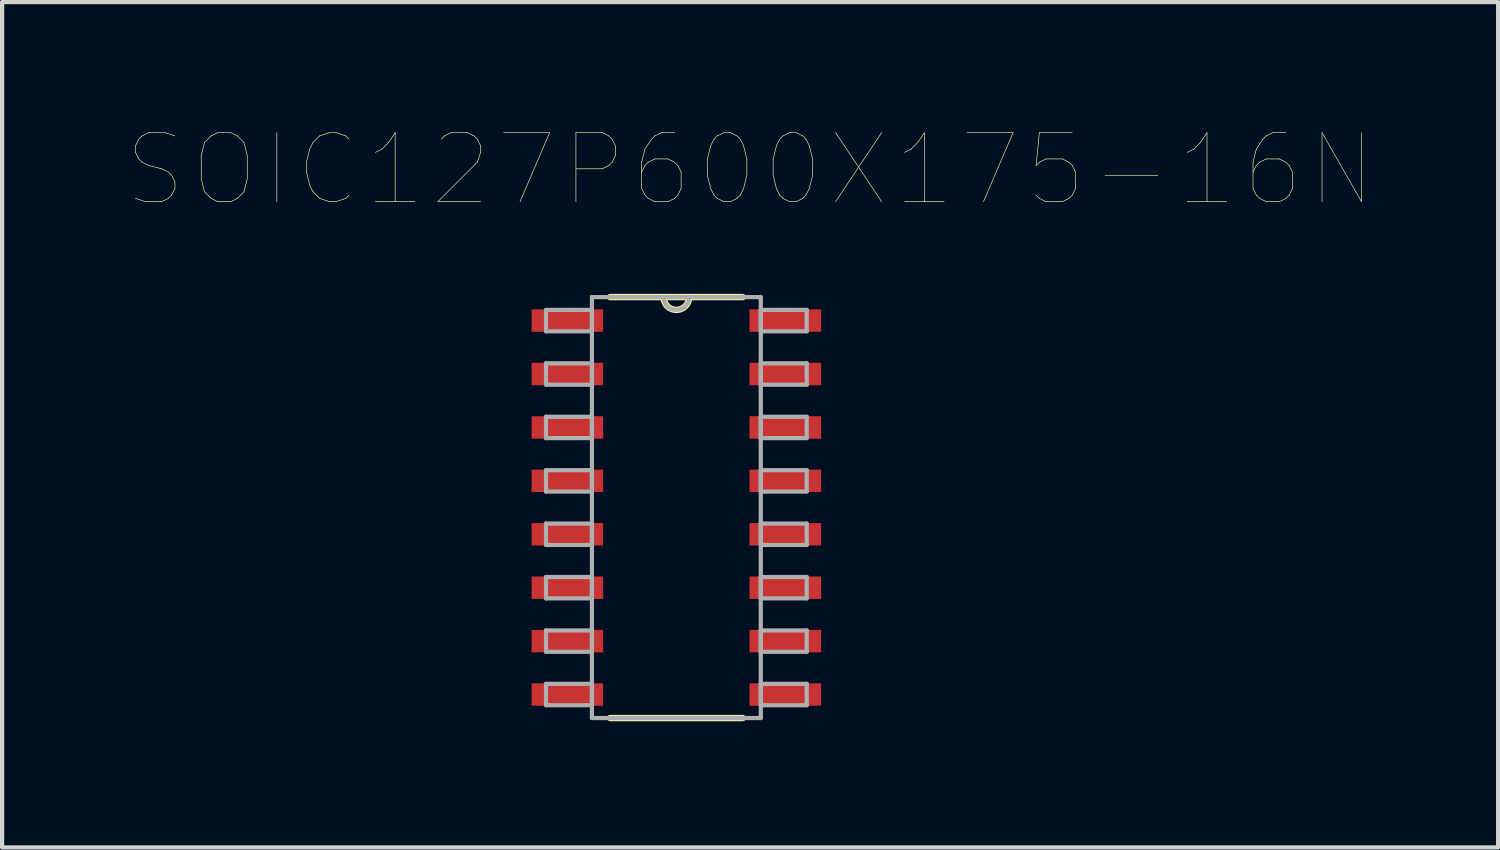
<source format=kicad_pcb>
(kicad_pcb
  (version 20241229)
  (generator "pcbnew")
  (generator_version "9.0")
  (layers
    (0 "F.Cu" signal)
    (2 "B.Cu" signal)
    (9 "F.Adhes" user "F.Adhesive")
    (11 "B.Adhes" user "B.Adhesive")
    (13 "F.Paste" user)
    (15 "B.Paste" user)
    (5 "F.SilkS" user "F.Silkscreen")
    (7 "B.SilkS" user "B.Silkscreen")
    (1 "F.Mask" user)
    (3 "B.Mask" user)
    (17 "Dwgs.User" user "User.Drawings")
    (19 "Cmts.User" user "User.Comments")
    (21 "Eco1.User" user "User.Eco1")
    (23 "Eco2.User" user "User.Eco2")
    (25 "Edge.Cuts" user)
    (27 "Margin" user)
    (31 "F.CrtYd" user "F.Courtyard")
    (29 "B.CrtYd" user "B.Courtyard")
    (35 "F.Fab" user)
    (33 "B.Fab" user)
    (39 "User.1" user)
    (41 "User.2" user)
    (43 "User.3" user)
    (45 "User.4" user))
  (footprint "SOIC127P600X175-16N"
    (layer "F.Cu")
    (at 13.03 9.017)
    (property "Reference" "SOIC127P600X175-16N" (at 1.754 -8.031 0) (layer "F.SilkS") (effects (font (size 1.641 1.641) (thickness 0.015))))
    (attr through_hole)
    (fp_line (start -1.575 5.004) (end 1.575 5.004) (stroke (width 0.152) (type solid)) (layer "F.SilkS"))
    (fp_line (start -0.305 -5.004) (end -1.575 -5.004) (stroke (width 0.152) (type solid)) (layer "F.SilkS"))
    (fp_line (start 0.305 -5.004) (end -0.305 -5.004) (stroke (width 0.152) (type solid)) (layer "F.SilkS"))
    (fp_line (start 1.575 -5.004) (end 0.305 -5.004) (stroke (width 0.152) (type solid)) (layer "F.SilkS"))
    (fp_arc (start 0.3048 -5.0038) (mid 0 -4.699) (end -0.3048 -5.0038) (stroke (width 0.1524) (type solid)) (layer "F.SilkS"))
    (fp_line (start -3.099 -4.699) (end -3.099 -4.191) (stroke (width 0.1) (type solid)) (layer "F.Fab"))
    (fp_line (start -3.099 -4.191) (end -2.007 -4.191) (stroke (width 0.1) (type solid)) (layer "F.Fab"))
    (fp_line (start -3.099 -3.429) (end -3.099 -2.921) (stroke (width 0.1) (type solid)) (layer "F.Fab"))
    (fp_line (start -3.099 -2.921) (end -2.007 -2.921) (stroke (width 0.1) (type solid)) (layer "F.Fab"))
    (fp_line (start -3.099 -2.159) (end -3.099 -1.651) (stroke (width 0.1) (type solid)) (layer "F.Fab"))
    (fp_line (start -3.099 -1.651) (end -2.007 -1.651) (stroke (width 0.1) (type solid)) (layer "F.Fab"))
    (fp_line (start -3.099 -0.889) (end -3.099 -0.381) (stroke (width 0.1) (type solid)) (layer "F.Fab"))
    (fp_line (start -3.099 -0.381) (end -2.007 -0.381) (stroke (width 0.1) (type solid)) (layer "F.Fab"))
    (fp_line (start -3.099 0.381) (end -3.099 0.889) (stroke (width 0.1) (type solid)) (layer "F.Fab"))
    (fp_line (start -3.099 0.889) (end -2.007 0.889) (stroke (width 0.1) (type solid)) (layer "F.Fab"))
    (fp_line (start -3.099 1.651) (end -3.099 2.159) (stroke (width 0.1) (type solid)) (layer "F.Fab"))
    (fp_line (start -3.099 2.159) (end -2.007 2.159) (stroke (width 0.1) (type solid)) (layer "F.Fab"))
    (fp_line (start -3.099 2.921) (end -3.099 3.429) (stroke (width 0.1) (type solid)) (layer "F.Fab"))
    (fp_line (start -3.099 3.429) (end -2.007 3.429) (stroke (width 0.1) (type solid)) (layer "F.Fab"))
    (fp_line (start -3.099 4.191) (end -3.099 4.699) (stroke (width 0.1) (type solid)) (layer "F.Fab"))
    (fp_line (start -3.099 4.699) (end -2.007 4.699) (stroke (width 0.1) (type solid)) (layer "F.Fab"))
    (fp_line (start -2.007 -5.004) (end -2.007 5.004) (stroke (width 0.1) (type solid)) (layer "F.Fab"))
    (fp_line (start -2.007 -4.699) (end -3.099 -4.699) (stroke (width 0.1) (type solid)) (layer "F.Fab"))
    (fp_line (start -2.007 -4.191) (end -2.007 -4.699) (stroke (width 0.1) (type solid)) (layer "F.Fab"))
    (fp_line (start -2.007 -3.429) (end -3.099 -3.429) (stroke (width 0.1) (type solid)) (layer "F.Fab"))
    (fp_line (start -2.007 -2.921) (end -2.007 -3.429) (stroke (width 0.1) (type solid)) (layer "F.Fab"))
    (fp_line (start -2.007 -2.159) (end -3.099 -2.159) (stroke (width 0.1) (type solid)) (layer "F.Fab"))
    (fp_line (start -2.007 -1.651) (end -2.007 -2.159) (stroke (width 0.1) (type solid)) (layer "F.Fab"))
    (fp_line (start -2.007 -0.889) (end -3.099 -0.889) (stroke (width 0.1) (type solid)) (layer "F.Fab"))
    (fp_line (start -2.007 -0.381) (end -2.007 -0.889) (stroke (width 0.1) (type solid)) (layer "F.Fab"))
    (fp_line (start -2.007 0.381) (end -3.099 0.381) (stroke (width 0.1) (type solid)) (layer "F.Fab"))
    (fp_line (start -2.007 0.889) (end -2.007 0.381) (stroke (width 0.1) (type solid)) (layer "F.Fab"))
    (fp_line (start -2.007 1.651) (end -3.099 1.651) (stroke (width 0.1) (type solid)) (layer "F.Fab"))
    (fp_line (start -2.007 2.159) (end -2.007 1.651) (stroke (width 0.1) (type solid)) (layer "F.Fab"))
    (fp_line (start -2.007 2.921) (end -3.099 2.921) (stroke (width 0.1) (type solid)) (layer "F.Fab"))
    (fp_line (start -2.007 3.429) (end -2.007 2.921) (stroke (width 0.1) (type solid)) (layer "F.Fab"))
    (fp_line (start -2.007 4.191) (end -3.099 4.191) (stroke (width 0.1) (type solid)) (layer "F.Fab"))
    (fp_line (start -2.007 4.699) (end -2.007 4.191) (stroke (width 0.1) (type solid)) (layer "F.Fab"))
    (fp_line (start -2.007 5.004) (end 2.007 5.004) (stroke (width 0.1) (type solid)) (layer "F.Fab"))
    (fp_line (start -0.305 -5.004) (end -2.007 -5.004) (stroke (width 0.1) (type solid)) (layer "F.Fab"))
    (fp_line (start 0.305 -5.004) (end -0.305 -5.004) (stroke (width 0.1) (type solid)) (layer "F.Fab"))
    (fp_line (start 2.007 -5.004) (end 0.305 -5.004) (stroke (width 0.1) (type solid)) (layer "F.Fab"))
    (fp_line (start 2.007 -4.699) (end 2.007 -4.191) (stroke (width 0.1) (type solid)) (layer "F.Fab"))
    (fp_line (start 2.007 -4.191) (end 3.099 -4.191) (stroke (width 0.1) (type solid)) (layer "F.Fab"))
    (fp_line (start 2.007 -3.429) (end 2.007 -2.921) (stroke (width 0.1) (type solid)) (layer "F.Fab"))
    (fp_line (start 2.007 -2.921) (end 3.099 -2.921) (stroke (width 0.1) (type solid)) (layer "F.Fab"))
    (fp_line (start 2.007 -2.159) (end 2.007 -1.651) (stroke (width 0.1) (type solid)) (layer "F.Fab"))
    (fp_line (start 2.007 -1.651) (end 3.099 -1.651) (stroke (width 0.1) (type solid)) (layer "F.Fab"))
    (fp_line (start 2.007 -0.889) (end 2.007 -0.381) (stroke (width 0.1) (type solid)) (layer "F.Fab"))
    (fp_line (start 2.007 -0.381) (end 3.099 -0.381) (stroke (width 0.1) (type solid)) (layer "F.Fab"))
    (fp_line (start 2.007 0.381) (end 2.007 0.889) (stroke (width 0.1) (type solid)) (layer "F.Fab"))
    (fp_line (start 2.007 0.889) (end 3.099 0.889) (stroke (width 0.1) (type solid)) (layer "F.Fab"))
    (fp_line (start 2.007 1.651) (end 2.007 2.159) (stroke (width 0.1) (type solid)) (layer "F.Fab"))
    (fp_line (start 2.007 2.159) (end 3.099 2.159) (stroke (width 0.1) (type solid)) (layer "F.Fab"))
    (fp_line (start 2.007 2.921) (end 2.007 3.429) (stroke (width 0.1) (type solid)) (layer "F.Fab"))
    (fp_line (start 2.007 3.429) (end 3.099 3.429) (stroke (width 0.1) (type solid)) (layer "F.Fab"))
    (fp_line (start 2.007 4.191) (end 2.007 4.699) (stroke (width 0.1) (type solid)) (layer "F.Fab"))
    (fp_line (start 2.007 4.699) (end 3.099 4.699) (stroke (width 0.1) (type solid)) (layer "F.Fab"))
    (fp_line (start 2.007 5.004) (end 2.007 -5.004) (stroke (width 0.1) (type solid)) (layer "F.Fab"))
    (fp_line (start 3.099 -4.699) (end 2.007 -4.699) (stroke (width 0.1) (type solid)) (layer "F.Fab"))
    (fp_line (start 3.099 -4.191) (end 3.099 -4.699) (stroke (width 0.1) (type solid)) (layer "F.Fab"))
    (fp_line (start 3.099 -3.429) (end 2.007 -3.429) (stroke (width 0.1) (type solid)) (layer "F.Fab"))
    (fp_line (start 3.099 -2.921) (end 3.099 -3.429) (stroke (width 0.1) (type solid)) (layer "F.Fab"))
    (fp_line (start 3.099 -2.159) (end 2.007 -2.159) (stroke (width 0.1) (type solid)) (layer "F.Fab"))
    (fp_line (start 3.099 -1.651) (end 3.099 -2.159) (stroke (width 0.1) (type solid)) (layer "F.Fab"))
    (fp_line (start 3.099 -0.889) (end 2.007 -0.889) (stroke (width 0.1) (type solid)) (layer "F.Fab"))
    (fp_line (start 3.099 -0.381) (end 3.099 -0.889) (stroke (width 0.1) (type solid)) (layer "F.Fab"))
    (fp_line (start 3.099 0.381) (end 2.007 0.381) (stroke (width 0.1) (type solid)) (layer "F.Fab"))
    (fp_line (start 3.099 0.889) (end 3.099 0.381) (stroke (width 0.1) (type solid)) (layer "F.Fab"))
    (fp_line (start 3.099 1.651) (end 2.007 1.651) (stroke (width 0.1) (type solid)) (layer "F.Fab"))
    (fp_line (start 3.099 2.159) (end 3.099 1.651) (stroke (width 0.1) (type solid)) (layer "F.Fab"))
    (fp_line (start 3.099 2.921) (end 2.007 2.921) (stroke (width 0.1) (type solid)) (layer "F.Fab"))
    (fp_line (start 3.099 3.429) (end 3.099 2.921) (stroke (width 0.1) (type solid)) (layer "F.Fab"))
    (fp_line (start 3.099 4.191) (end 2.007 4.191) (stroke (width 0.1) (type solid)) (layer "F.Fab"))
    (fp_line (start 3.099 4.699) (end 3.099 4.191) (stroke (width 0.1) (type solid)) (layer "F.Fab"))
    (fp_arc (start 0.3048 -5.0038) (mid 0 -4.699) (end -0.3048 -5.0038) (stroke (width 0.1) (type solid)) (layer "F.Fab"))
    (pad "1" smd rect (at -2.591 -4.445) (size 1.702 0.533) (layers "F.Cu" "F.Mask" "F.Paste"))
    (pad "2" smd rect (at -2.591 -3.175) (size 1.702 0.533) (layers "F.Cu" "F.Mask" "F.Paste"))
    (pad "3" smd rect (at -2.591 -1.905) (size 1.702 0.533) (layers "F.Cu" "F.Mask" "F.Paste"))
    (pad "4" smd rect (at -2.591 -0.635) (size 1.702 0.533) (layers "F.Cu" "F.Mask" "F.Paste"))
    (pad "5" smd rect (at -2.591 0.635) (size 1.702 0.533) (layers "F.Cu" "F.Mask" "F.Paste"))
    (pad "6" smd rect (at -2.591 1.905) (size 1.702 0.533) (layers "F.Cu" "F.Mask" "F.Paste"))
    (pad "7" smd rect (at -2.591 3.175) (size 1.702 0.533) (layers "F.Cu" "F.Mask" "F.Paste"))
    (pad "8" smd rect (at -2.591 4.445) (size 1.702 0.533) (layers "F.Cu" "F.Mask" "F.Paste"))
    (pad "9" smd rect (at 2.591 4.445) (size 1.702 0.533) (layers "F.Cu" "F.Mask" "F.Paste"))
    (pad "10" smd rect (at 2.591 3.175) (size 1.702 0.533) (layers "F.Cu" "F.Mask" "F.Paste"))
    (pad "11" smd rect (at 2.591 1.905) (size 1.702 0.533) (layers "F.Cu" "F.Mask" "F.Paste"))
    (pad "12" smd rect (at 2.591 0.635) (size 1.702 0.533) (layers "F.Cu" "F.Mask" "F.Paste"))
    (pad "13" smd rect (at 2.591 -0.635) (size 1.702 0.533) (layers "F.Cu" "F.Mask" "F.Paste"))
    (pad "14" smd rect (at 2.591 -1.905) (size 1.702 0.533) (layers "F.Cu" "F.Mask" "F.Paste"))
    (pad "15" smd rect (at 2.591 -3.175) (size 1.702 0.533) (layers "F.Cu" "F.Mask" "F.Paste"))
    (pad "16" smd rect (at 2.591 -4.445) (size 1.702 0.533) (layers "F.Cu" "F.Mask" "F.Paste")))
  (gr_rect
    (start -3 -3)
    (end 32.567 17.097)
    (stroke (width 0.1) (type default))
    (fill no)
    (layer "Edge.Cuts")))
</source>
